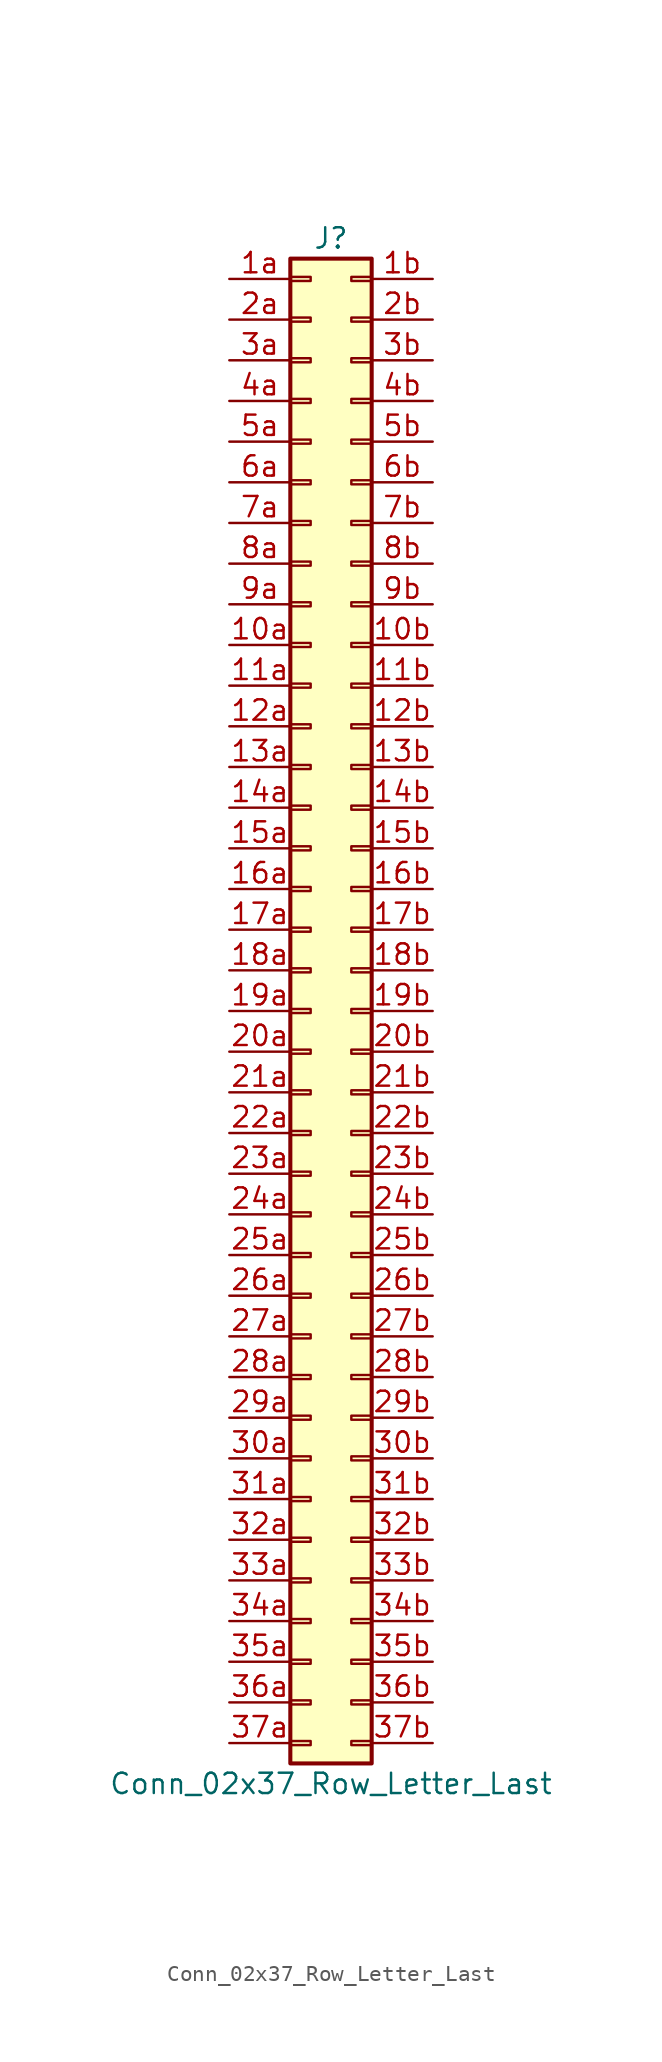
<source format=kicad_sym>
(kicad_symbol_lib
  (version 20201005)
  (generator kicad_symbol_editor)
  (symbol "Conn_02x37_Row_Letter_Last"
    (pin_names
      (offset 1.016) hide)
    (property "Reference" "J"
      (at 1.27 48.26 0)
      (effects (font (size 1.27 1.27))))
    (property "Value" "Conn_02x37_Row_Letter_Last"
      (at 1.27 -48.26 0)
      (effects (font (size 1.27 1.27))))
    (symbol "Conn_02x37_Row_Letter_Last_1_1"
      (rectangle (start -1.27 -45.593) (end 0 -45.847) (stroke (width 0.152)) (fill (type none)))
      (rectangle (start -1.27 -43.053) (end 0 -43.307) (stroke (width 0.152)) (fill (type none)))
      (rectangle (start -1.27 -40.513) (end 0 -40.767) (stroke (width 0.152)) (fill (type none)))
      (rectangle (start -1.27 -37.973) (end 0 -38.227) (stroke (width 0.152)) (fill (type none)))
      (rectangle (start -1.27 -35.433) (end 0 -35.687) (stroke (width 0.152)) (fill (type none)))
      (rectangle (start -1.27 -32.893) (end 0 -33.147) (stroke (width 0.152)) (fill (type none)))
      (rectangle (start -1.27 -30.353) (end 0 -30.607) (stroke (width 0.152)) (fill (type none)))
      (rectangle (start -1.27 -27.813) (end 0 -28.067) (stroke (width 0.152)) (fill (type none)))
      (rectangle (start -1.27 -25.273) (end 0 -25.527) (stroke (width 0.152)) (fill (type none)))
      (rectangle (start -1.27 -22.733) (end 0 -22.987) (stroke (width 0.152)) (fill (type none)))
      (rectangle (start -1.27 -20.193) (end 0 -20.447) (stroke (width 0.152)) (fill (type none)))
      (rectangle (start -1.27 -17.653) (end 0 -17.907) (stroke (width 0.152)) (fill (type none)))
      (rectangle (start -1.27 -15.113) (end 0 -15.367) (stroke (width 0.152)) (fill (type none)))
      (rectangle (start -1.27 -12.573) (end 0 -12.827) (stroke (width 0.152)) (fill (type none)))
      (rectangle (start -1.27 -10.033) (end 0 -10.287) (stroke (width 0.152)) (fill (type none)))
      (rectangle (start -1.27 -7.493) (end 0 -7.747) (stroke (width 0.152)) (fill (type none)))
      (rectangle (start -1.27 -4.953) (end 0 -5.207) (stroke (width 0.152)) (fill (type none)))
      (rectangle (start -1.27 -2.413) (end 0 -2.667) (stroke (width 0.152)) (fill (type none)))
      (rectangle (start -1.27 0.127) (end 0 -0.127) (stroke (width 0.152)) (fill (type none)))
      (rectangle (start -1.27 2.667) (end 0 2.413) (stroke (width 0.152)) (fill (type none)))
      (rectangle (start -1.27 5.207) (end 0 4.953) (stroke (width 0.152)) (fill (type none)))
      (rectangle (start -1.27 7.747) (end 0 7.493) (stroke (width 0.152)) (fill (type none)))
      (rectangle (start -1.27 10.287) (end 0 10.033) (stroke (width 0.152)) (fill (type none)))
      (rectangle (start -1.27 12.827) (end 0 12.573) (stroke (width 0.152)) (fill (type none)))
      (rectangle (start -1.27 15.367) (end 0 15.113) (stroke (width 0.152)) (fill (type none)))
      (rectangle (start -1.27 17.907) (end 0 17.653) (stroke (width 0.152)) (fill (type none)))
      (rectangle (start -1.27 20.447) (end 0 20.193) (stroke (width 0.152)) (fill (type none)))
      (rectangle (start -1.27 22.987) (end 0 22.733) (stroke (width 0.152)) (fill (type none)))
      (rectangle (start -1.27 25.527) (end 0 25.273) (stroke (width 0.152)) (fill (type none)))
      (rectangle (start -1.27 28.067) (end 0 27.813) (stroke (width 0.152)) (fill (type none)))
      (rectangle (start -1.27 30.607) (end 0 30.353) (stroke (width 0.152)) (fill (type none)))
      (rectangle (start -1.27 33.147) (end 0 32.893) (stroke (width 0.152)) (fill (type none)))
      (rectangle (start -1.27 35.687) (end 0 35.433) (stroke (width 0.152)) (fill (type none)))
      (rectangle (start -1.27 38.227) (end 0 37.973) (stroke (width 0.152)) (fill (type none)))
      (rectangle (start -1.27 40.767) (end 0 40.513) (stroke (width 0.152)) (fill (type none)))
      (rectangle (start -1.27 43.307) (end 0 43.053) (stroke (width 0.152)) (fill (type none)))
      (rectangle (start -1.27 45.847) (end 0 45.593) (stroke (width 0.152)) (fill (type none)))
      (rectangle (start -1.27 46.99) (end 3.81 -46.99) (stroke (width 0.254)) (fill (type background)))
      (rectangle (start 3.81 -45.593) (end 2.54 -45.847) (stroke (width 0.152)) (fill (type none)))
      (rectangle (start 3.81 -43.053) (end 2.54 -43.307) (stroke (width 0.152)) (fill (type none)))
      (rectangle (start 3.81 -40.513) (end 2.54 -40.767) (stroke (width 0.152)) (fill (type none)))
      (rectangle (start 3.81 -37.973) (end 2.54 -38.227) (stroke (width 0.152)) (fill (type none)))
      (rectangle (start 3.81 -35.433) (end 2.54 -35.687) (stroke (width 0.152)) (fill (type none)))
      (rectangle (start 3.81 -32.893) (end 2.54 -33.147) (stroke (width 0.152)) (fill (type none)))
      (rectangle (start 3.81 -30.353) (end 2.54 -30.607) (stroke (width 0.152)) (fill (type none)))
      (rectangle (start 3.81 -27.813) (end 2.54 -28.067) (stroke (width 0.152)) (fill (type none)))
      (rectangle (start 3.81 -25.273) (end 2.54 -25.527) (stroke (width 0.152)) (fill (type none)))
      (rectangle (start 3.81 -22.733) (end 2.54 -22.987) (stroke (width 0.152)) (fill (type none)))
      (rectangle (start 3.81 -20.193) (end 2.54 -20.447) (stroke (width 0.152)) (fill (type none)))
      (rectangle (start 3.81 -17.653) (end 2.54 -17.907) (stroke (width 0.152)) (fill (type none)))
      (rectangle (start 3.81 -15.113) (end 2.54 -15.367) (stroke (width 0.152)) (fill (type none)))
      (rectangle (start 3.81 -12.573) (end 2.54 -12.827) (stroke (width 0.152)) (fill (type none)))
      (rectangle (start 3.81 -10.033) (end 2.54 -10.287) (stroke (width 0.152)) (fill (type none)))
      (rectangle (start 3.81 -7.493) (end 2.54 -7.747) (stroke (width 0.152)) (fill (type none)))
      (rectangle (start 3.81 -4.953) (end 2.54 -5.207) (stroke (width 0.152)) (fill (type none)))
      (rectangle (start 3.81 -2.413) (end 2.54 -2.667) (stroke (width 0.152)) (fill (type none)))
      (rectangle (start 3.81 0.127) (end 2.54 -0.127) (stroke (width 0.152)) (fill (type none)))
      (rectangle (start 3.81 2.667) (end 2.54 2.413) (stroke (width 0.152)) (fill (type none)))
      (rectangle (start 3.81 5.207) (end 2.54 4.953) (stroke (width 0.152)) (fill (type none)))
      (rectangle (start 3.81 7.747) (end 2.54 7.493) (stroke (width 0.152)) (fill (type none)))
      (rectangle (start 3.81 10.287) (end 2.54 10.033) (stroke (width 0.152)) (fill (type none)))
      (rectangle (start 3.81 12.827) (end 2.54 12.573) (stroke (width 0.152)) (fill (type none)))
      (rectangle (start 3.81 15.367) (end 2.54 15.113) (stroke (width 0.152)) (fill (type none)))
      (rectangle (start 3.81 17.907) (end 2.54 17.653) (stroke (width 0.152)) (fill (type none)))
      (rectangle (start 3.81 20.447) (end 2.54 20.193) (stroke (width 0.152)) (fill (type none)))
      (rectangle (start 3.81 22.987) (end 2.54 22.733) (stroke (width 0.152)) (fill (type none)))
      (rectangle (start 3.81 25.527) (end 2.54 25.273) (stroke (width 0.152)) (fill (type none)))
      (rectangle (start 3.81 28.067) (end 2.54 27.813) (stroke (width 0.152)) (fill (type none)))
      (rectangle (start 3.81 30.607) (end 2.54 30.353) (stroke (width 0.152)) (fill (type none)))
      (rectangle (start 3.81 33.147) (end 2.54 32.893) (stroke (width 0.152)) (fill (type none)))
      (rectangle (start 3.81 35.687) (end 2.54 35.433) (stroke (width 0.152)) (fill (type none)))
      (rectangle (start 3.81 38.227) (end 2.54 37.973) (stroke (width 0.152)) (fill (type none)))
      (rectangle (start 3.81 40.767) (end 2.54 40.513) (stroke (width 0.152)) (fill (type none)))
      (rectangle (start 3.81 43.307) (end 2.54 43.053) (stroke (width 0.152)) (fill (type none)))
      (rectangle (start 3.81 45.847) (end 2.54 45.593) (stroke (width 0.152)) (fill (type none)))
      (pin passive line (at -5.08 22.86 0) (length 3.81) (name "Pin_10a" (effects (font (size 1.27 1.27)))) (number "10a" (effects (font (size 1.27 1.27)))))
      (pin passive line (at 7.62 22.86 180) (length 3.81) (name "Pin_10b" (effects (font (size 1.27 1.27)))) (number "10b" (effects (font (size 1.27 1.27)))))
      (pin passive line (at -5.08 20.32 0) (length 3.81) (name "Pin_11a" (effects (font (size 1.27 1.27)))) (number "11a" (effects (font (size 1.27 1.27)))))
      (pin passive line (at 7.62 20.32 180) (length 3.81) (name "Pin_11b" (effects (font (size 1.27 1.27)))) (number "11b" (effects (font (size 1.27 1.27)))))
      (pin passive line (at -5.08 17.78 0) (length 3.81) (name "Pin_12a" (effects (font (size 1.27 1.27)))) (number "12a" (effects (font (size 1.27 1.27)))))
      (pin passive line (at 7.62 17.78 180) (length 3.81) (name "Pin_12b" (effects (font (size 1.27 1.27)))) (number "12b" (effects (font (size 1.27 1.27)))))
      (pin passive line (at -5.08 15.24 0) (length 3.81) (name "Pin_13a" (effects (font (size 1.27 1.27)))) (number "13a" (effects (font (size 1.27 1.27)))))
      (pin passive line (at 7.62 15.24 180) (length 3.81) (name "Pin_13b" (effects (font (size 1.27 1.27)))) (number "13b" (effects (font (size 1.27 1.27)))))
      (pin passive line (at -5.08 12.7 0) (length 3.81) (name "Pin_14a" (effects (font (size 1.27 1.27)))) (number "14a" (effects (font (size 1.27 1.27)))))
      (pin passive line (at 7.62 12.7 180) (length 3.81) (name "Pin_14b" (effects (font (size 1.27 1.27)))) (number "14b" (effects (font (size 1.27 1.27)))))
      (pin passive line (at -5.08 10.16 0) (length 3.81) (name "Pin_15a" (effects (font (size 1.27 1.27)))) (number "15a" (effects (font (size 1.27 1.27)))))
      (pin passive line (at 7.62 10.16 180) (length 3.81) (name "Pin_15b" (effects (font (size 1.27 1.27)))) (number "15b" (effects (font (size 1.27 1.27)))))
      (pin passive line (at -5.08 7.62 0) (length 3.81) (name "Pin_16a" (effects (font (size 1.27 1.27)))) (number "16a" (effects (font (size 1.27 1.27)))))
      (pin passive line (at 7.62 7.62 180) (length 3.81) (name "Pin_16b" (effects (font (size 1.27 1.27)))) (number "16b" (effects (font (size 1.27 1.27)))))
      (pin passive line (at -5.08 5.08 0) (length 3.81) (name "Pin_17a" (effects (font (size 1.27 1.27)))) (number "17a" (effects (font (size 1.27 1.27)))))
      (pin passive line (at 7.62 5.08 180) (length 3.81) (name "Pin_17b" (effects (font (size 1.27 1.27)))) (number "17b" (effects (font (size 1.27 1.27)))))
      (pin passive line (at -5.08 2.54 0) (length 3.81) (name "Pin_18a" (effects (font (size 1.27 1.27)))) (number "18a" (effects (font (size 1.27 1.27)))))
      (pin passive line (at 7.62 2.54 180) (length 3.81) (name "Pin_18b" (effects (font (size 1.27 1.27)))) (number "18b" (effects (font (size 1.27 1.27)))))
      (pin passive line (at -5.08 0 0) (length 3.81) (name "Pin_19a" (effects (font (size 1.27 1.27)))) (number "19a" (effects (font (size 1.27 1.27)))))
      (pin passive line (at 7.62 0 180) (length 3.81) (name "Pin_19b" (effects (font (size 1.27 1.27)))) (number "19b" (effects (font (size 1.27 1.27)))))
      (pin passive line (at -5.08 45.72 0) (length 3.81) (name "Pin_1a" (effects (font (size 1.27 1.27)))) (number "1a" (effects (font (size 1.27 1.27)))))
      (pin passive line (at 7.62 45.72 180) (length 3.81) (name "Pin_1b" (effects (font (size 1.27 1.27)))) (number "1b" (effects (font (size 1.27 1.27)))))
      (pin passive line (at -5.08 -2.54 0) (length 3.81) (name "Pin_20a" (effects (font (size 1.27 1.27)))) (number "20a" (effects (font (size 1.27 1.27)))))
      (pin passive line (at 7.62 -2.54 180) (length 3.81) (name "Pin_20b" (effects (font (size 1.27 1.27)))) (number "20b" (effects (font (size 1.27 1.27)))))
      (pin passive line (at -5.08 -5.08 0) (length 3.81) (name "Pin_21a" (effects (font (size 1.27 1.27)))) (number "21a" (effects (font (size 1.27 1.27)))))
      (pin passive line (at 7.62 -5.08 180) (length 3.81) (name "Pin_21b" (effects (font (size 1.27 1.27)))) (number "21b" (effects (font (size 1.27 1.27)))))
      (pin passive line (at -5.08 -7.62 0) (length 3.81) (name "Pin_22a" (effects (font (size 1.27 1.27)))) (number "22a" (effects (font (size 1.27 1.27)))))
      (pin passive line (at 7.62 -7.62 180) (length 3.81) (name "Pin_22b" (effects (font (size 1.27 1.27)))) (number "22b" (effects (font (size 1.27 1.27)))))
      (pin passive line (at -5.08 -10.16 0) (length 3.81) (name "Pin_23a" (effects (font (size 1.27 1.27)))) (number "23a" (effects (font (size 1.27 1.27)))))
      (pin passive line (at 7.62 -10.16 180) (length 3.81) (name "Pin_23b" (effects (font (size 1.27 1.27)))) (number "23b" (effects (font (size 1.27 1.27)))))
      (pin passive line (at -5.08 -12.7 0) (length 3.81) (name "Pin_24a" (effects (font (size 1.27 1.27)))) (number "24a" (effects (font (size 1.27 1.27)))))
      (pin passive line (at 7.62 -12.7 180) (length 3.81) (name "Pin_24b" (effects (font (size 1.27 1.27)))) (number "24b" (effects (font (size 1.27 1.27)))))
      (pin passive line (at -5.08 -15.24 0) (length 3.81) (name "Pin_25a" (effects (font (size 1.27 1.27)))) (number "25a" (effects (font (size 1.27 1.27)))))
      (pin passive line (at 7.62 -15.24 180) (length 3.81) (name "Pin_25b" (effects (font (size 1.27 1.27)))) (number "25b" (effects (font (size 1.27 1.27)))))
      (pin passive line (at -5.08 -17.78 0) (length 3.81) (name "Pin_26a" (effects (font (size 1.27 1.27)))) (number "26a" (effects (font (size 1.27 1.27)))))
      (pin passive line (at 7.62 -17.78 180) (length 3.81) (name "Pin_26b" (effects (font (size 1.27 1.27)))) (number "26b" (effects (font (size 1.27 1.27)))))
      (pin passive line (at -5.08 -20.32 0) (length 3.81) (name "Pin_27a" (effects (font (size 1.27 1.27)))) (number "27a" (effects (font (size 1.27 1.27)))))
      (pin passive line (at 7.62 -20.32 180) (length 3.81) (name "Pin_27b" (effects (font (size 1.27 1.27)))) (number "27b" (effects (font (size 1.27 1.27)))))
      (pin passive line (at -5.08 -22.86 0) (length 3.81) (name "Pin_28a" (effects (font (size 1.27 1.27)))) (number "28a" (effects (font (size 1.27 1.27)))))
      (pin passive line (at 7.62 -22.86 180) (length 3.81) (name "Pin_28b" (effects (font (size 1.27 1.27)))) (number "28b" (effects (font (size 1.27 1.27)))))
      (pin passive line (at -5.08 -25.4 0) (length 3.81) (name "Pin_29a" (effects (font (size 1.27 1.27)))) (number "29a" (effects (font (size 1.27 1.27)))))
      (pin passive line (at 7.62 -25.4 180) (length 3.81) (name "Pin_29b" (effects (font (size 1.27 1.27)))) (number "29b" (effects (font (size 1.27 1.27)))))
      (pin passive line (at -5.08 43.18 0) (length 3.81) (name "Pin_2a" (effects (font (size 1.27 1.27)))) (number "2a" (effects (font (size 1.27 1.27)))))
      (pin passive line (at 7.62 43.18 180) (length 3.81) (name "Pin_2b" (effects (font (size 1.27 1.27)))) (number "2b" (effects (font (size 1.27 1.27)))))
      (pin passive line (at -5.08 -27.94 0) (length 3.81) (name "Pin_30a" (effects (font (size 1.27 1.27)))) (number "30a" (effects (font (size 1.27 1.27)))))
      (pin passive line (at 7.62 -27.94 180) (length 3.81) (name "Pin_30b" (effects (font (size 1.27 1.27)))) (number "30b" (effects (font (size 1.27 1.27)))))
      (pin passive line (at -5.08 -30.48 0) (length 3.81) (name "Pin_31a" (effects (font (size 1.27 1.27)))) (number "31a" (effects (font (size 1.27 1.27)))))
      (pin passive line (at 7.62 -30.48 180) (length 3.81) (name "Pin_31b" (effects (font (size 1.27 1.27)))) (number "31b" (effects (font (size 1.27 1.27)))))
      (pin passive line (at -5.08 -33.02 0) (length 3.81) (name "Pin_32a" (effects (font (size 1.27 1.27)))) (number "32a" (effects (font (size 1.27 1.27)))))
      (pin passive line (at 7.62 -33.02 180) (length 3.81) (name "Pin_32b" (effects (font (size 1.27 1.27)))) (number "32b" (effects (font (size 1.27 1.27)))))
      (pin passive line (at -5.08 -35.56 0) (length 3.81) (name "Pin_33a" (effects (font (size 1.27 1.27)))) (number "33a" (effects (font (size 1.27 1.27)))))
      (pin passive line (at 7.62 -35.56 180) (length 3.81) (name "Pin_33b" (effects (font (size 1.27 1.27)))) (number "33b" (effects (font (size 1.27 1.27)))))
      (pin passive line (at -5.08 -38.1 0) (length 3.81) (name "Pin_34a" (effects (font (size 1.27 1.27)))) (number "34a" (effects (font (size 1.27 1.27)))))
      (pin passive line (at 7.62 -38.1 180) (length 3.81) (name "Pin_34b" (effects (font (size 1.27 1.27)))) (number "34b" (effects (font (size 1.27 1.27)))))
      (pin passive line (at -5.08 -40.64 0) (length 3.81) (name "Pin_35a" (effects (font (size 1.27 1.27)))) (number "35a" (effects (font (size 1.27 1.27)))))
      (pin passive line (at 7.62 -40.64 180) (length 3.81) (name "Pin_35b" (effects (font (size 1.27 1.27)))) (number "35b" (effects (font (size 1.27 1.27)))))
      (pin passive line (at -5.08 -43.18 0) (length 3.81) (name "Pin_36a" (effects (font (size 1.27 1.27)))) (number "36a" (effects (font (size 1.27 1.27)))))
      (pin passive line (at 7.62 -43.18 180) (length 3.81) (name "Pin_36b" (effects (font (size 1.27 1.27)))) (number "36b" (effects (font (size 1.27 1.27)))))
      (pin passive line (at -5.08 -45.72 0) (length 3.81) (name "Pin_37a" (effects (font (size 1.27 1.27)))) (number "37a" (effects (font (size 1.27 1.27)))))
      (pin passive line (at 7.62 -45.72 180) (length 3.81) (name "Pin_37b" (effects (font (size 1.27 1.27)))) (number "37b" (effects (font (size 1.27 1.27)))))
      (pin passive line (at -5.08 40.64 0) (length 3.81) (name "Pin_3a" (effects (font (size 1.27 1.27)))) (number "3a" (effects (font (size 1.27 1.27)))))
      (pin passive line (at 7.62 40.64 180) (length 3.81) (name "Pin_3b" (effects (font (size 1.27 1.27)))) (number "3b" (effects (font (size 1.27 1.27)))))
      (pin passive line (at -5.08 38.1 0) (length 3.81) (name "Pin_4a" (effects (font (size 1.27 1.27)))) (number "4a" (effects (font (size 1.27 1.27)))))
      (pin passive line (at 7.62 38.1 180) (length 3.81) (name "Pin_4b" (effects (font (size 1.27 1.27)))) (number "4b" (effects (font (size 1.27 1.27)))))
      (pin passive line (at -5.08 35.56 0) (length 3.81) (name "Pin_5a" (effects (font (size 1.27 1.27)))) (number "5a" (effects (font (size 1.27 1.27)))))
      (pin passive line (at 7.62 35.56 180) (length 3.81) (name "Pin_5b" (effects (font (size 1.27 1.27)))) (number "5b" (effects (font (size 1.27 1.27)))))
      (pin passive line (at -5.08 33.02 0) (length 3.81) (name "Pin_6a" (effects (font (size 1.27 1.27)))) (number "6a" (effects (font (size 1.27 1.27)))))
      (pin passive line (at 7.62 33.02 180) (length 3.81) (name "Pin_6b" (effects (font (size 1.27 1.27)))) (number "6b" (effects (font (size 1.27 1.27)))))
      (pin passive line (at -5.08 30.48 0) (length 3.81) (name "Pin_7a" (effects (font (size 1.27 1.27)))) (number "7a" (effects (font (size 1.27 1.27)))))
      (pin passive line (at 7.62 30.48 180) (length 3.81) (name "Pin_7b" (effects (font (size 1.27 1.27)))) (number "7b" (effects (font (size 1.27 1.27)))))
      (pin passive line (at -5.08 27.94 0) (length 3.81) (name "Pin_8a" (effects (font (size 1.27 1.27)))) (number "8a" (effects (font (size 1.27 1.27)))))
      (pin passive line (at 7.62 27.94 180) (length 3.81) (name "Pin_8b" (effects (font (size 1.27 1.27)))) (number "8b" (effects (font (size 1.27 1.27)))))
      (pin passive line (at -5.08 25.4 0) (length 3.81) (name "Pin_9a" (effects (font (size 1.27 1.27)))) (number "9a" (effects (font (size 1.27 1.27)))))
      (pin passive line (at 7.62 25.4 180) (length 3.81) (name "Pin_9b" (effects (font (size 1.27 1.27)))) (number "9b" (effects (font (size 1.27 1.27))))))))
</source>
